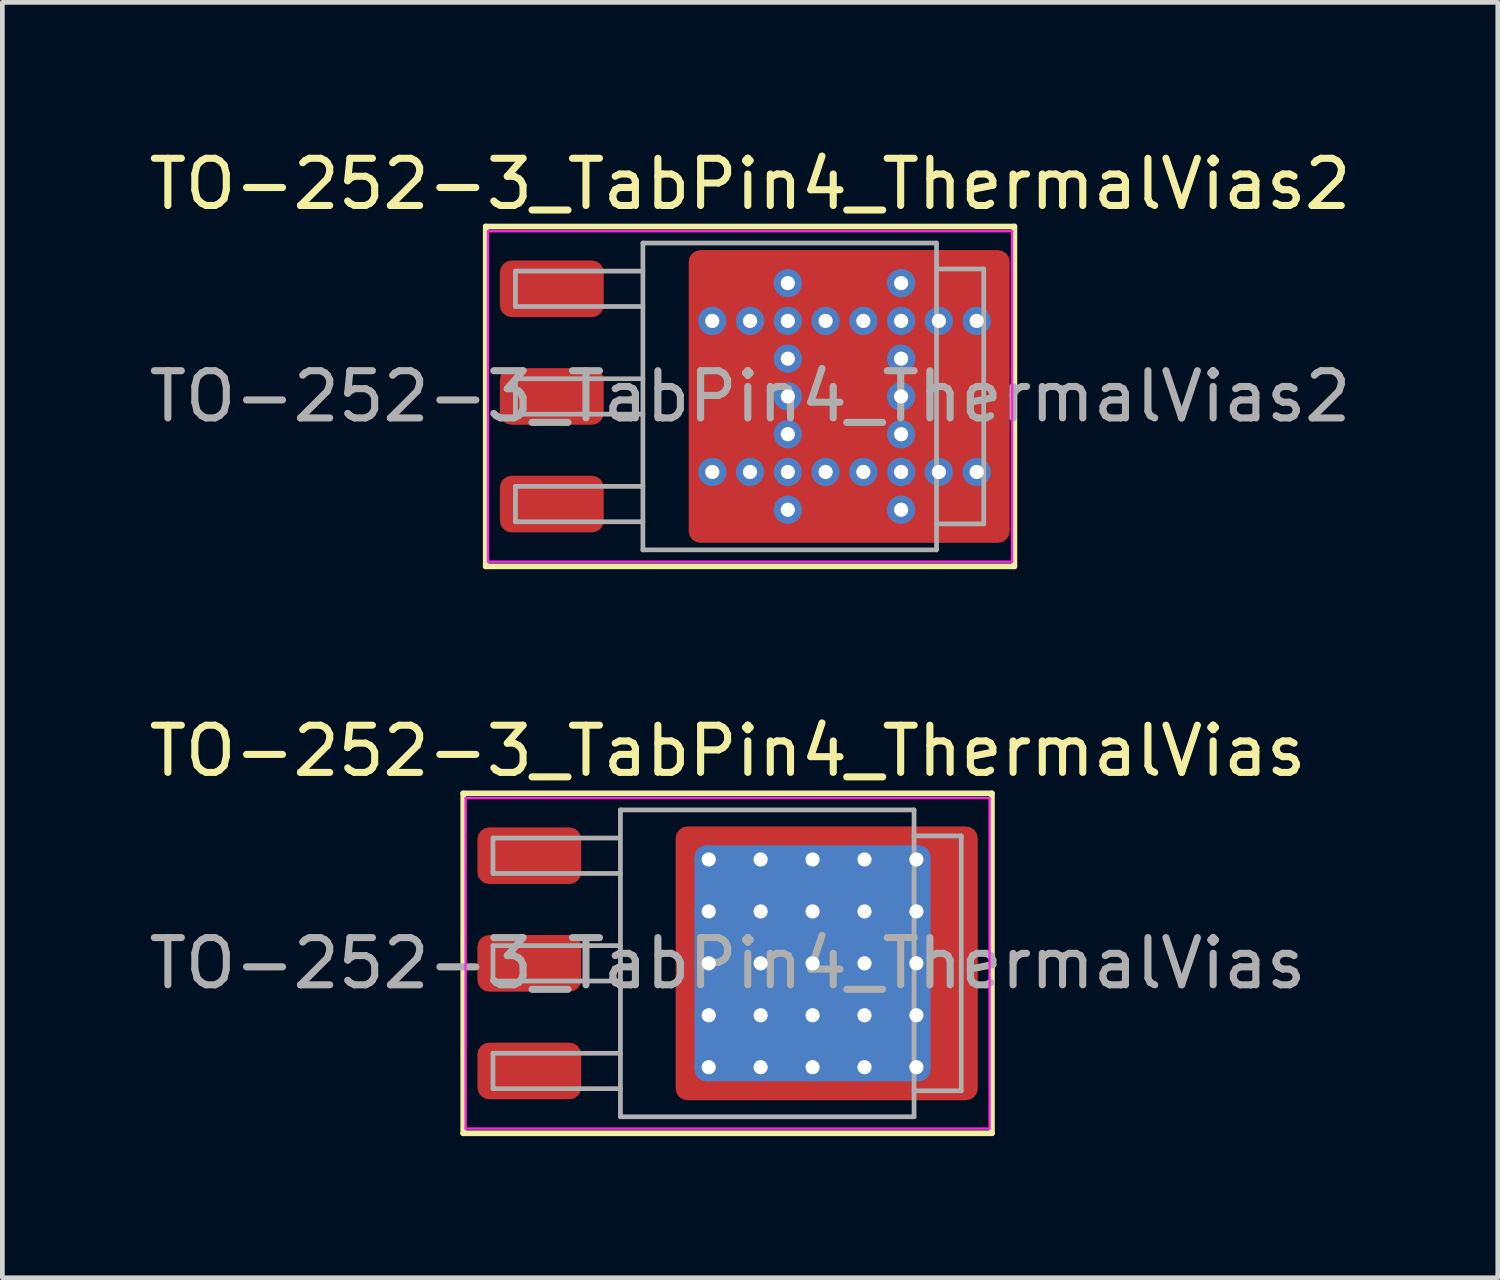
<source format=kicad_pcb>
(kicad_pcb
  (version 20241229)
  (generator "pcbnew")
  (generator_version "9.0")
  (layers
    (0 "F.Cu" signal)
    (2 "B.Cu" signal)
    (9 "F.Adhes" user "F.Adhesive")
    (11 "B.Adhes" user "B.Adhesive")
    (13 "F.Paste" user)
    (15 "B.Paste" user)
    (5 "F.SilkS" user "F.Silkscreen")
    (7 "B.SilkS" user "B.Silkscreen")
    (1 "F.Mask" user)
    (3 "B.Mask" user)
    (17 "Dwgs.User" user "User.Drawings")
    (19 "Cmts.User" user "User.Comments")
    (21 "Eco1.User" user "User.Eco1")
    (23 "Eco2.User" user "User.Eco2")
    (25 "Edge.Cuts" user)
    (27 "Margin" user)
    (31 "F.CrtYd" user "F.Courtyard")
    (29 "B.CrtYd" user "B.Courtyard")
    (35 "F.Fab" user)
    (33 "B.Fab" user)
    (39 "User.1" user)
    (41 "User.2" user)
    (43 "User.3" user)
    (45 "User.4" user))
  (footprint "TO-252-3_TabPin4_ThermalVias2"
    (layer "F.Cu")
    (at 12.839 5.348)
    (property "Reference" "TO-252-3_TabPin4_ThermalVias2" (at 0 -4.5 0) (layer "F.SilkS") (effects (font (size 1 1) (thickness 0.15))))
    (attr smd)
    (fp_line (start -5.6 -3.6) (end -5.6 3.6) (stroke (width 0.12) (type solid)) (layer "F.SilkS"))
    (fp_line (start -5.6 3.6) (end 5.6 3.6) (stroke (width 0.12) (type solid)) (layer "F.SilkS"))
    (fp_line (start 5.6 -3.6) (end -5.6 -3.6) (stroke (width 0.12) (type solid)) (layer "F.SilkS"))
    (fp_line (start 5.6 3.6) (end 5.6 -3.6) (stroke (width 0.12) (type solid)) (layer "F.SilkS"))
    (fp_line (start -5.55 -3.5) (end -5.55 3.5) (stroke (width 0.05) (type solid)) (layer "F.CrtYd"))
    (fp_line (start -5.55 3.5) (end 5.55 3.5) (stroke (width 0.05) (type solid)) (layer "F.CrtYd"))
    (fp_line (start 5.55 -3.5) (end -5.55 -3.5) (stroke (width 0.05) (type solid)) (layer "F.CrtYd"))
    (fp_line (start 5.55 3.5) (end 5.55 -3.5) (stroke (width 0.05) (type solid)) (layer "F.CrtYd"))
    (fp_line (start -4.97 -2.655) (end -4.97 -1.905) (stroke (width 0.1) (type solid)) (layer "F.Fab"))
    (fp_line (start -4.97 -1.905) (end -2.27 -1.905) (stroke (width 0.1) (type solid)) (layer "F.Fab"))
    (fp_line (start -4.97 -0.375) (end -4.97 0.375) (stroke (width 0.1) (type solid)) (layer "F.Fab"))
    (fp_line (start -4.97 0.375) (end -2.27 0.375) (stroke (width 0.1) (type solid)) (layer "F.Fab"))
    (fp_line (start -4.97 1.905) (end -4.97 2.655) (stroke (width 0.1) (type solid)) (layer "F.Fab"))
    (fp_line (start -4.97 2.655) (end -2.27 2.655) (stroke (width 0.1) (type solid)) (layer "F.Fab"))
    (fp_line (start -2.3 -2.655) (end -4.97 -2.655) (stroke (width 0.1) (type solid)) (layer "F.Fab"))
    (fp_line (start -2.27 -3.25) (end 3.95 -3.25) (stroke (width 0.1) (type solid)) (layer "F.Fab"))
    (fp_line (start -2.27 -0.375) (end -4.97 -0.375) (stroke (width 0.1) (type solid)) (layer "F.Fab"))
    (fp_line (start -2.27 1.905) (end -4.97 1.905) (stroke (width 0.1) (type solid)) (layer "F.Fab"))
    (fp_line (start -2.27 3.25) (end -2.27 -3.25) (stroke (width 0.1) (type solid)) (layer "F.Fab"))
    (fp_line (start 3.95 -3.25) (end 3.95 3.25) (stroke (width 0.1) (type solid)) (layer "F.Fab"))
    (fp_line (start 3.95 -2.7) (end 4.95 -2.7) (stroke (width 0.1) (type solid)) (layer "F.Fab"))
    (fp_line (start 3.95 3.25) (end -2.27 3.25) (stroke (width 0.1) (type solid)) (layer "F.Fab"))
    (fp_line (start 4.95 -2.7) (end 4.95 2.7) (stroke (width 0.1) (type solid)) (layer "F.Fab"))
    (fp_line (start 4.95 2.7) (end 3.95 2.7) (stroke (width 0.1) (type solid)) (layer "F.Fab"))
    (fp_text user "${REFERENCE}" (at 0 0 0) (layer "F.Fab") (effects (font (size 1 1) (thickness 0.15))))
    (pad "" smd roundrect (at -0.7 -2.4) (size 0.6 0.8) (layers "F.Paste") (roundrect_rratio 0.25))
    (pad "" smd roundrect (at -0.7 -0.875) (size 0.6 0.65) (layers "F.Paste") (roundrect_rratio 0.25))
    (pad "" smd roundrect (at -0.7 0) (size 0.6 0.7) (layers "F.Paste") (roundrect_rratio 0.25))
    (pad "" smd roundrect (at -0.7 0.875) (size 0.6 0.65) (layers "F.Paste") (roundrect_rratio 0.25))
    (pad "" smd roundrect (at -0.7 2.4) (size 0.6 0.8) (layers "F.Paste") (roundrect_rratio 0.25))
    (pad "" smd roundrect (at -0.3 -2.4 90) (size 1 1.6) (layers "F.Mask") (roundrect_rratio 0.25))
    (pad "" smd roundrect (at -0.3 0 90) (size 2.6 1.6) (layers "F.Mask") (roundrect_rratio 0.156))
    (pad "" smd roundrect (at -0.3 2.4 90) (size 1 1.6) (layers "F.Mask") (roundrect_rratio 0.25))
    (pad "" smd roundrect (at 0.1 -2.4) (size 0.6 0.8) (layers "F.Paste") (roundrect_rratio 0.25))
    (pad "" smd roundrect (at 0.1 -0.875) (size 0.6 0.65) (layers "F.Paste") (roundrect_rratio 0.25))
    (pad "" smd roundrect (at 0.1 0) (size 0.6 0.7) (layers "F.Paste") (roundrect_rratio 0.25))
    (pad "" smd roundrect (at 0.1 0.875) (size 0.6 0.65) (layers "F.Paste") (roundrect_rratio 0.25))
    (pad "" smd roundrect (at 0.1 2.4) (size 0.6 0.8) (layers "F.Paste") (roundrect_rratio 0.25))
    (pad "" smd roundrect (at 1.575 -2.4) (size 0.65 0.8) (layers "F.Paste") (roundrect_rratio 0.25))
    (pad "" smd roundrect (at 1.575 -0.875) (size 0.65 0.65) (layers "F.Paste") (roundrect_rratio 0.25))
    (pad "" smd roundrect (at 1.575 0) (size 0.65 0.7) (layers "F.Paste") (roundrect_rratio 0.25))
    (pad "" smd roundrect (at 1.575 0.875) (size 0.65 0.65) (layers "F.Paste") (roundrect_rratio 0.25))
    (pad "" smd roundrect (at 1.575 2.4) (size 0.65 0.8) (layers "F.Paste") (roundrect_rratio 0.25))
    (pad "" smd roundrect (at 2 -2.4 90) (size 1 1.8) (layers "F.Mask") (roundrect_rratio 0.25))
    (pad "" smd roundrect (at 2 0 90) (size 2.6 1.8) (layers "F.Mask") (roundrect_rratio 0.139))
    (pad "" smd roundrect (at 2 2.4 90) (size 1 1.8) (layers "F.Mask") (roundrect_rratio 0.25))
    (pad "" smd roundrect (at 2.425 -2.4) (size 0.65 0.8) (layers "F.Paste") (roundrect_rratio 0.25))
    (pad "" smd roundrect (at 2.425 -0.875) (size 0.65 0.65) (layers "F.Paste") (roundrect_rratio 0.25))
    (pad "" smd roundrect (at 2.425 0) (size 0.65 0.7) (layers "F.Paste") (roundrect_rratio 0.25))
    (pad "" smd roundrect (at 2.425 0.875) (size 0.65 0.65) (layers "F.Paste") (roundrect_rratio 0.25))
    (pad "" smd roundrect (at 2.425 2.4) (size 0.65 0.8) (layers "F.Paste") (roundrect_rratio 0.25))
    (pad "" smd roundrect (at 3.975 -2.4) (size 0.65 0.8) (layers "F.Paste") (roundrect_rratio 0.25))
    (pad "" smd roundrect (at 3.975 -0.875) (size 0.65 0.65) (layers "F.Paste") (roundrect_rratio 0.25))
    (pad "" smd roundrect (at 3.975 0) (size 0.65 0.7) (layers "F.Paste") (roundrect_rratio 0.25))
    (pad "" smd roundrect (at 3.975 0.875) (size 0.65 0.65) (layers "F.Paste") (roundrect_rratio 0.25))
    (pad "" smd roundrect (at 3.975 2.4) (size 0.65 0.8) (layers "F.Paste") (roundrect_rratio 0.25))
    (pad "" smd roundrect (at 4.4 -2.4 90) (size 1 1.8) (layers "F.Mask") (roundrect_rratio 0.25))
    (pad "" smd roundrect (at 4.4 0 90) (size 2.6 1.8) (layers "F.Mask") (roundrect_rratio 0.139))
    (pad "" smd roundrect (at 4.4 2.4 90) (size 1 1.8) (layers "F.Mask") (roundrect_rratio 0.25))
    (pad "" smd roundrect (at 4.825 -2.4) (size 0.65 0.8) (layers "F.Paste") (roundrect_rratio 0.25))
    (pad "" smd roundrect (at 4.825 -0.875) (size 0.65 0.65) (layers "F.Paste") (roundrect_rratio 0.25))
    (pad "" smd roundrect (at 4.825 0) (size 0.65 0.7) (layers "F.Paste") (roundrect_rratio 0.25))
    (pad "" smd roundrect (at 4.825 0.875) (size 0.65 0.65) (layers "F.Paste") (roundrect_rratio 0.25))
    (pad "" smd roundrect (at 4.825 2.4) (size 0.65 0.8) (layers "F.Paste") (roundrect_rratio 0.25))
    (pad "1" smd roundrect (at -4.2 -2.28) (size 2.2 1.2) (layers "F.Cu" "F.Mask" "F.Paste") (roundrect_rratio 0.208))
    (pad "2" smd roundrect (at -4.2 0) (size 2.2 1.2) (layers "F.Cu" "F.Mask" "F.Paste") (roundrect_rratio 0.208))
    (pad "3" smd roundrect (at -4.2 2.28) (size 2.2 1.2) (layers "F.Cu" "F.Mask" "F.Paste") (roundrect_rratio 0.208))
    (pad "4" thru_hole circle (at -0.8 -1.6) (size 0.6 0.6) (drill 0.3) (property pad_prop_heatsink) (layers "*.Cu" "*.Mask"))
    (pad "4" thru_hole circle (at -0.8 1.6) (size 0.6 0.6) (drill 0.3) (property pad_prop_heatsink) (layers "*.Cu" "*.Mask"))
    (pad "4" thru_hole circle (at 0 -1.6) (size 0.6 0.6) (drill 0.3) (property pad_prop_heatsink) (layers "*.Cu" "*.Mask"))
    (pad "4" thru_hole circle (at 0 1.6) (size 0.6 0.6) (drill 0.3) (property pad_prop_heatsink) (layers "*.Cu" "*.Mask"))
    (pad "4" thru_hole circle (at 0.8 -2.4) (size 0.6 0.6) (drill 0.3) (property pad_prop_heatsink) (layers "*.Cu" "*.Mask"))
    (pad "4" thru_hole circle (at 0.8 -1.6) (size 0.6 0.6) (drill 0.3) (property pad_prop_heatsink) (layers "*.Cu" "*.Mask"))
    (pad "4" thru_hole circle (at 0.8 -0.8) (size 0.6 0.6) (drill 0.3) (property pad_prop_heatsink) (layers "*.Cu" "*.Mask"))
    (pad "4" thru_hole circle (at 0.8 0) (size 0.6 0.6) (drill 0.3) (property pad_prop_heatsink) (layers "*.Cu" "*.Mask"))
    (pad "4" thru_hole circle (at 0.8 0.8) (size 0.6 0.6) (drill 0.3) (property pad_prop_heatsink) (layers "*.Cu" "*.Mask"))
    (pad "4" thru_hole circle (at 0.8 1.6) (size 0.6 0.6) (drill 0.3) (property pad_prop_heatsink) (layers "*.Cu" "*.Mask"))
    (pad "4" thru_hole circle (at 0.8 2.4) (size 0.6 0.6) (drill 0.3) (property pad_prop_heatsink) (layers "*.Cu" "*.Mask"))
    (pad "4" thru_hole circle (at 1.6 -1.6) (size 0.6 0.6) (drill 0.3) (property pad_prop_heatsink) (layers "*.Cu" "*.Mask"))
    (pad "4" thru_hole circle (at 1.6 1.6) (size 0.6 0.6) (drill 0.3) (property pad_prop_heatsink) (layers "*.Cu" "*.Mask"))
    (pad "4" smd roundrect (at 2.1 0) (size 6.8 6.2) (layers "F.Cu") (roundrect_rratio 0.04))
    (pad "4" thru_hole circle (at 2.4 -1.6) (size 0.6 0.6) (drill 0.3) (property pad_prop_heatsink) (layers "*.Cu" "*.Mask"))
    (pad "4" thru_hole circle (at 2.4 1.6) (size 0.6 0.6) (drill 0.3) (property pad_prop_heatsink) (layers "*.Cu" "*.Mask"))
    (pad "4" thru_hole circle (at 3.2 -2.4) (size 0.6 0.6) (drill 0.3) (property pad_prop_heatsink) (layers "*.Cu" "*.Mask"))
    (pad "4" thru_hole circle (at 3.2 -1.6) (size 0.6 0.6) (drill 0.3) (property pad_prop_heatsink) (layers "*.Cu" "*.Mask"))
    (pad "4" thru_hole circle (at 3.2 -0.8) (size 0.6 0.6) (drill 0.3) (property pad_prop_heatsink) (layers "*.Cu" "*.Mask"))
    (pad "4" thru_hole circle (at 3.2 0) (size 0.6 0.6) (drill 0.3) (property pad_prop_heatsink) (layers "*.Cu" "*.Mask"))
    (pad "4" thru_hole circle (at 3.2 0.8) (size 0.6 0.6) (drill 0.3) (property pad_prop_heatsink) (layers "*.Cu" "*.Mask"))
    (pad "4" thru_hole circle (at 3.2 1.6) (size 0.6 0.6) (drill 0.3) (property pad_prop_heatsink) (layers "*.Cu" "*.Mask"))
    (pad "4" thru_hole circle (at 3.2 2.4) (size 0.6 0.6) (drill 0.3) (property pad_prop_heatsink) (layers "*.Cu" "*.Mask"))
    (pad "4" thru_hole circle (at 4 -1.6) (size 0.6 0.6) (drill 0.3) (property pad_prop_heatsink) (layers "*.Cu" "*.Mask"))
    (pad "4" thru_hole circle (at 4 1.6) (size 0.6 0.6) (drill 0.3) (property pad_prop_heatsink) (layers "*.Cu" "*.Mask"))
    (pad "4" thru_hole circle (at 4.8 -1.6) (size 0.6 0.6) (drill 0.3) (property pad_prop_heatsink) (layers "*.Cu" "*.Mask"))
    (pad "4" thru_hole circle (at 4.8 1.6) (size 0.6 0.6) (drill 0.3) (property pad_prop_heatsink) (layers "*.Cu" "*.Mask")))
  (footprint "TO-252-3_TabPin4_ThermalVias"
    (layer "F.Cu")
    (at 12.363 17.357)
    (property "Reference" "TO-252-3_TabPin4_ThermalVias" (at 0 -4.5 0) (layer "F.SilkS") (effects (font (size 1 1) (thickness 0.15))))
    (attr smd)
    (fp_line (start -5.6 -3.6) (end -5.6 3.6) (stroke (width 0.12) (type solid)) (layer "F.SilkS"))
    (fp_line (start -5.6 3.6) (end 5.6 3.6) (stroke (width 0.12) (type solid)) (layer "F.SilkS"))
    (fp_line (start 5.6 -3.6) (end -5.6 -3.6) (stroke (width 0.12) (type solid)) (layer "F.SilkS"))
    (fp_line (start 5.6 3.6) (end 5.6 -3.6) (stroke (width 0.12) (type solid)) (layer "F.SilkS"))
    (fp_line (start -5.55 -3.5) (end -5.55 3.5) (stroke (width 0.05) (type solid)) (layer "F.CrtYd"))
    (fp_line (start -5.55 3.5) (end 5.55 3.5) (stroke (width 0.05) (type solid)) (layer "F.CrtYd"))
    (fp_line (start 5.55 -3.5) (end -5.55 -3.5) (stroke (width 0.05) (type solid)) (layer "F.CrtYd"))
    (fp_line (start 5.55 3.5) (end 5.55 -3.5) (stroke (width 0.05) (type solid)) (layer "F.CrtYd"))
    (fp_line (start -4.97 -2.655) (end -4.97 -1.905) (stroke (width 0.1) (type solid)) (layer "F.Fab"))
    (fp_line (start -4.97 -1.905) (end -2.27 -1.905) (stroke (width 0.1) (type solid)) (layer "F.Fab"))
    (fp_line (start -4.97 -0.375) (end -4.97 0.375) (stroke (width 0.1) (type solid)) (layer "F.Fab"))
    (fp_line (start -4.97 0.375) (end -2.27 0.375) (stroke (width 0.1) (type solid)) (layer "F.Fab"))
    (fp_line (start -4.97 1.905) (end -4.97 2.655) (stroke (width 0.1) (type solid)) (layer "F.Fab"))
    (fp_line (start -4.97 2.655) (end -2.27 2.655) (stroke (width 0.1) (type solid)) (layer "F.Fab"))
    (fp_line (start -2.3 -2.655) (end -4.97 -2.655) (stroke (width 0.1) (type solid)) (layer "F.Fab"))
    (fp_line (start -2.27 -3.25) (end 3.95 -3.25) (stroke (width 0.1) (type solid)) (layer "F.Fab"))
    (fp_line (start -2.27 -0.375) (end -4.97 -0.375) (stroke (width 0.1) (type solid)) (layer "F.Fab"))
    (fp_line (start -2.27 1.905) (end -4.97 1.905) (stroke (width 0.1) (type solid)) (layer "F.Fab"))
    (fp_line (start -2.27 3.25) (end -2.27 -3.25) (stroke (width 0.1) (type solid)) (layer "F.Fab"))
    (fp_line (start 3.95 -3.25) (end 3.95 3.25) (stroke (width 0.1) (type solid)) (layer "F.Fab"))
    (fp_line (start 3.95 -2.7) (end 4.95 -2.7) (stroke (width 0.1) (type solid)) (layer "F.Fab"))
    (fp_line (start 3.95 3.25) (end -2.27 3.25) (stroke (width 0.1) (type solid)) (layer "F.Fab"))
    (fp_line (start 4.95 -2.7) (end 4.95 2.7) (stroke (width 0.1) (type solid)) (layer "F.Fab"))
    (fp_line (start 4.95 2.7) (end 3.95 2.7) (stroke (width 0.1) (type solid)) (layer "F.Fab"))
    (fp_text user "${REFERENCE}" (at 0 0 0) (layer "F.Fab") (effects (font (size 1 1) (thickness 0.15))))
    (pad "" smd roundrect (at -0.8 -2.55 90) (size 0.5 0.5) (layers "F.Paste") (roundrect_rratio 0.25))
    (pad "" smd roundrect (at -0.8 -1.65 90) (size 0.9 0.5) (layers "F.Paste") (roundrect_rratio 0.25))
    (pad "" smd roundrect (at -0.8 -0.55 90) (size 0.9 0.5) (layers "F.Paste") (roundrect_rratio 0.25))
    (pad "" smd roundrect (at -0.8 0.55 90) (size 0.9 0.5) (layers "F.Paste") (roundrect_rratio 0.25))
    (pad "" smd roundrect (at -0.8 1.65 90) (size 0.9 0.5) (layers "F.Paste") (roundrect_rratio 0.25))
    (pad "" smd roundrect (at -0.8 2.6 90) (size 0.5 0.5) (layers "F.Paste") (roundrect_rratio 0.25))
    (pad "" smd roundrect (at 0.15 -2.55) (size 0.9 0.5) (layers "F.Paste") (roundrect_rratio 0.25))
    (pad "" smd roundrect (at 0.15 -1.65) (size 0.9 0.9) (layers "F.Paste") (roundrect_rratio 0.25))
    (pad "" smd roundrect (at 0.15 -0.55) (size 0.9 0.9) (layers "F.Paste") (roundrect_rratio 0.25))
    (pad "" smd roundrect (at 0.15 0.55) (size 0.9 0.9) (layers "F.Paste") (roundrect_rratio 0.25))
    (pad "" smd roundrect (at 0.15 1.65) (size 0.9 0.9) (layers "F.Paste") (roundrect_rratio 0.25))
    (pad "" smd roundrect (at 0.15 2.6) (size 0.9 0.5) (layers "F.Paste") (roundrect_rratio 0.25))
    (pad "" smd roundrect (at 1.25 -2.55) (size 0.9 0.5) (layers "F.Paste") (roundrect_rratio 0.25))
    (pad "" smd roundrect (at 1.25 -1.65) (size 0.9 0.9) (layers "F.Paste") (roundrect_rratio 0.25))
    (pad "" smd roundrect (at 1.25 -0.55) (size 0.9 0.9) (layers "F.Paste") (roundrect_rratio 0.25))
    (pad "" smd roundrect (at 1.25 0.55) (size 0.9 0.9) (layers "F.Paste") (roundrect_rratio 0.25))
    (pad "" smd roundrect (at 1.25 1.65) (size 0.9 0.9) (layers "F.Paste") (roundrect_rratio 0.25))
    (pad "" smd roundrect (at 1.25 2.6) (size 0.9 0.5) (layers "F.Paste") (roundrect_rratio 0.25))
    (pad "" smd roundrect (at 2.35 -2.55) (size 0.9 0.5) (layers "F.Paste") (roundrect_rratio 0.25))
    (pad "" smd roundrect (at 2.35 -1.65) (size 0.9 0.9) (layers "F.Paste") (roundrect_rratio 0.25))
    (pad "" smd roundrect (at 2.35 -0.55) (size 0.9 0.9) (layers "F.Paste") (roundrect_rratio 0.25))
    (pad "" smd roundrect (at 2.35 0.55) (size 0.9 0.9) (layers "F.Paste") (roundrect_rratio 0.25))
    (pad "" smd roundrect (at 2.35 1.65) (size 0.9 0.9) (layers "F.Paste") (roundrect_rratio 0.25))
    (pad "" smd roundrect (at 2.35 2.6) (size 0.9 0.5) (layers "F.Paste") (roundrect_rratio 0.25))
    (pad "" smd roundrect (at 3.45 -2.55) (size 0.9 0.5) (layers "F.Paste") (roundrect_rratio 0.25))
    (pad "" smd roundrect (at 3.45 -1.65) (size 0.9 0.9) (layers "F.Paste") (roundrect_rratio 0.25))
    (pad "" smd roundrect (at 3.45 -0.55) (size 0.9 0.9) (layers "F.Paste") (roundrect_rratio 0.25))
    (pad "" smd roundrect (at 3.45 0.55) (size 0.9 0.9) (layers "F.Paste") (roundrect_rratio 0.25))
    (pad "" smd roundrect (at 3.45 1.65) (size 0.9 0.9) (layers "F.Paste") (roundrect_rratio 0.25))
    (pad "" smd roundrect (at 3.45 2.6) (size 0.9 0.5) (layers "F.Paste") (roundrect_rratio 0.25))
    (pad "" smd roundrect (at 4.6 -2.55 90) (size 0.5 0.9) (layers "F.Paste") (roundrect_rratio 0.25))
    (pad "" smd roundrect (at 4.6 -1.65 90) (size 0.9 0.9) (layers "F.Paste") (roundrect_rratio 0.25))
    (pad "" smd roundrect (at 4.6 -0.55 90) (size 0.9 0.9) (layers "F.Paste") (roundrect_rratio 0.25))
    (pad "" smd roundrect (at 4.6 0.55 90) (size 0.9 0.9) (layers "F.Paste") (roundrect_rratio 0.25))
    (pad "" smd roundrect (at 4.6 1.65 90) (size 0.9 0.9) (layers "F.Paste") (roundrect_rratio 0.25))
    (pad "" smd roundrect (at 4.6 2.6 90) (size 0.5 0.9) (layers "F.Paste") (roundrect_rratio 0.25))
    (pad "1" smd roundrect (at -4.2 -2.28) (size 2.2 1.2) (layers "F.Cu" "F.Mask" "F.Paste") (roundrect_rratio 0.208))
    (pad "2" smd roundrect (at -4.2 0) (size 2.2 1.2) (layers "F.Cu" "F.Mask" "F.Paste") (roundrect_rratio 0.208))
    (pad "3" smd roundrect (at -4.2 2.28) (size 2.2 1.2) (layers "F.Cu" "F.Mask" "F.Paste") (roundrect_rratio 0.208))
    (pad "4" thru_hole circle (at -0.4 -2.2) (size 0.6 0.6) (drill 0.3) (property pad_prop_heatsink) (layers "*.Cu"))
    (pad "4" thru_hole circle (at -0.4 -1.1) (size 0.6 0.6) (drill 0.3) (property pad_prop_heatsink) (layers "*.Cu"))
    (pad "4" thru_hole circle (at -0.4 0) (size 0.6 0.6) (drill 0.3) (property pad_prop_heatsink) (layers "*.Cu"))
    (pad "4" thru_hole circle (at -0.4 1.1) (size 0.6 0.6) (drill 0.3) (property pad_prop_heatsink) (layers "*.Cu"))
    (pad "4" thru_hole circle (at -0.4 2.2) (size 0.6 0.6) (drill 0.3) (property pad_prop_heatsink) (layers "*.Cu"))
    (pad "4" thru_hole circle (at 0.7 -2.2) (size 0.6 0.6) (drill 0.3) (property pad_prop_heatsink) (layers "*.Cu"))
    (pad "4" thru_hole circle (at 0.7 -1.1) (size 0.6 0.6) (drill 0.3) (property pad_prop_heatsink) (layers "*.Cu"))
    (pad "4" thru_hole circle (at 0.7 0) (size 0.6 0.6) (drill 0.3) (property pad_prop_heatsink) (layers "*.Cu"))
    (pad "4" thru_hole circle (at 0.7 1.1) (size 0.6 0.6) (drill 0.3) (property pad_prop_heatsink) (layers "*.Cu"))
    (pad "4" thru_hole circle (at 0.7 2.2) (size 0.6 0.6) (drill 0.3) (property pad_prop_heatsink) (layers "*.Cu"))
    (pad "4" thru_hole circle (at 1.8 -2.2) (size 0.6 0.6) (drill 0.3) (property pad_prop_heatsink) (layers "*.Cu"))
    (pad "4" thru_hole circle (at 1.8 -1.1) (size 0.6 0.6) (drill 0.3) (property pad_prop_heatsink) (layers "*.Cu"))
    (pad "4" thru_hole circle (at 1.8 0) (size 0.6 0.6) (drill 0.3) (property pad_prop_heatsink) (layers "*.Cu"))
    (pad "4" smd roundrect (at 1.8 0) (size 5 5) (layers "B.Cu" "B.Mask") (roundrect_rratio 0.05))
    (pad "4" thru_hole circle (at 1.8 1.1) (size 0.6 0.6) (drill 0.3) (property pad_prop_heatsink) (layers "*.Cu"))
    (pad "4" thru_hole circle (at 1.8 2.2) (size 0.6 0.6) (drill 0.3) (property pad_prop_heatsink) (layers "*.Cu"))
    (pad "4" smd roundrect (at 2.1 0) (size 6.4 5.8) (layers "F.Cu" "F.Mask") (roundrect_rratio 0.043))
    (pad "4" thru_hole circle (at 2.9 -2.2) (size 0.6 0.6) (drill 0.3) (property pad_prop_heatsink) (layers "*.Cu"))
    (pad "4" thru_hole circle (at 2.9 -1.1) (size 0.6 0.6) (drill 0.3) (property pad_prop_heatsink) (layers "*.Cu"))
    (pad "4" thru_hole circle (at 2.9 0) (size 0.6 0.6) (drill 0.3) (property pad_prop_heatsink) (layers "*.Cu"))
    (pad "4" thru_hole circle (at 2.9 1.1) (size 0.6 0.6) (drill 0.3) (property pad_prop_heatsink) (layers "*.Cu"))
    (pad "4" thru_hole circle (at 2.9 2.2) (size 0.6 0.6) (drill 0.3) (property pad_prop_heatsink) (layers "*.Cu"))
    (pad "4" thru_hole circle (at 4 -2.2) (size 0.6 0.6) (drill 0.3) (property pad_prop_heatsink) (layers "*.Cu"))
    (pad "4" thru_hole circle (at 4 -1.1) (size 0.6 0.6) (drill 0.3) (property pad_prop_heatsink) (layers "*.Cu"))
    (pad "4" thru_hole circle (at 4 0) (size 0.6 0.6) (drill 0.3) (property pad_prop_heatsink) (layers "*.Cu"))
    (pad "4" thru_hole circle (at 4 1.1) (size 0.6 0.6) (drill 0.3) (property pad_prop_heatsink) (layers "*.Cu"))
    (pad "4" thru_hole circle (at 4 2.2) (size 0.6 0.6) (drill 0.3) (property pad_prop_heatsink) (layers "*.Cu")))
  (gr_rect
    (start -3 -3)
    (end 28.679 24.017)
    (stroke (width 0.1) (type default))
    (fill no)
    (layer "Edge.Cuts")))
</source>
